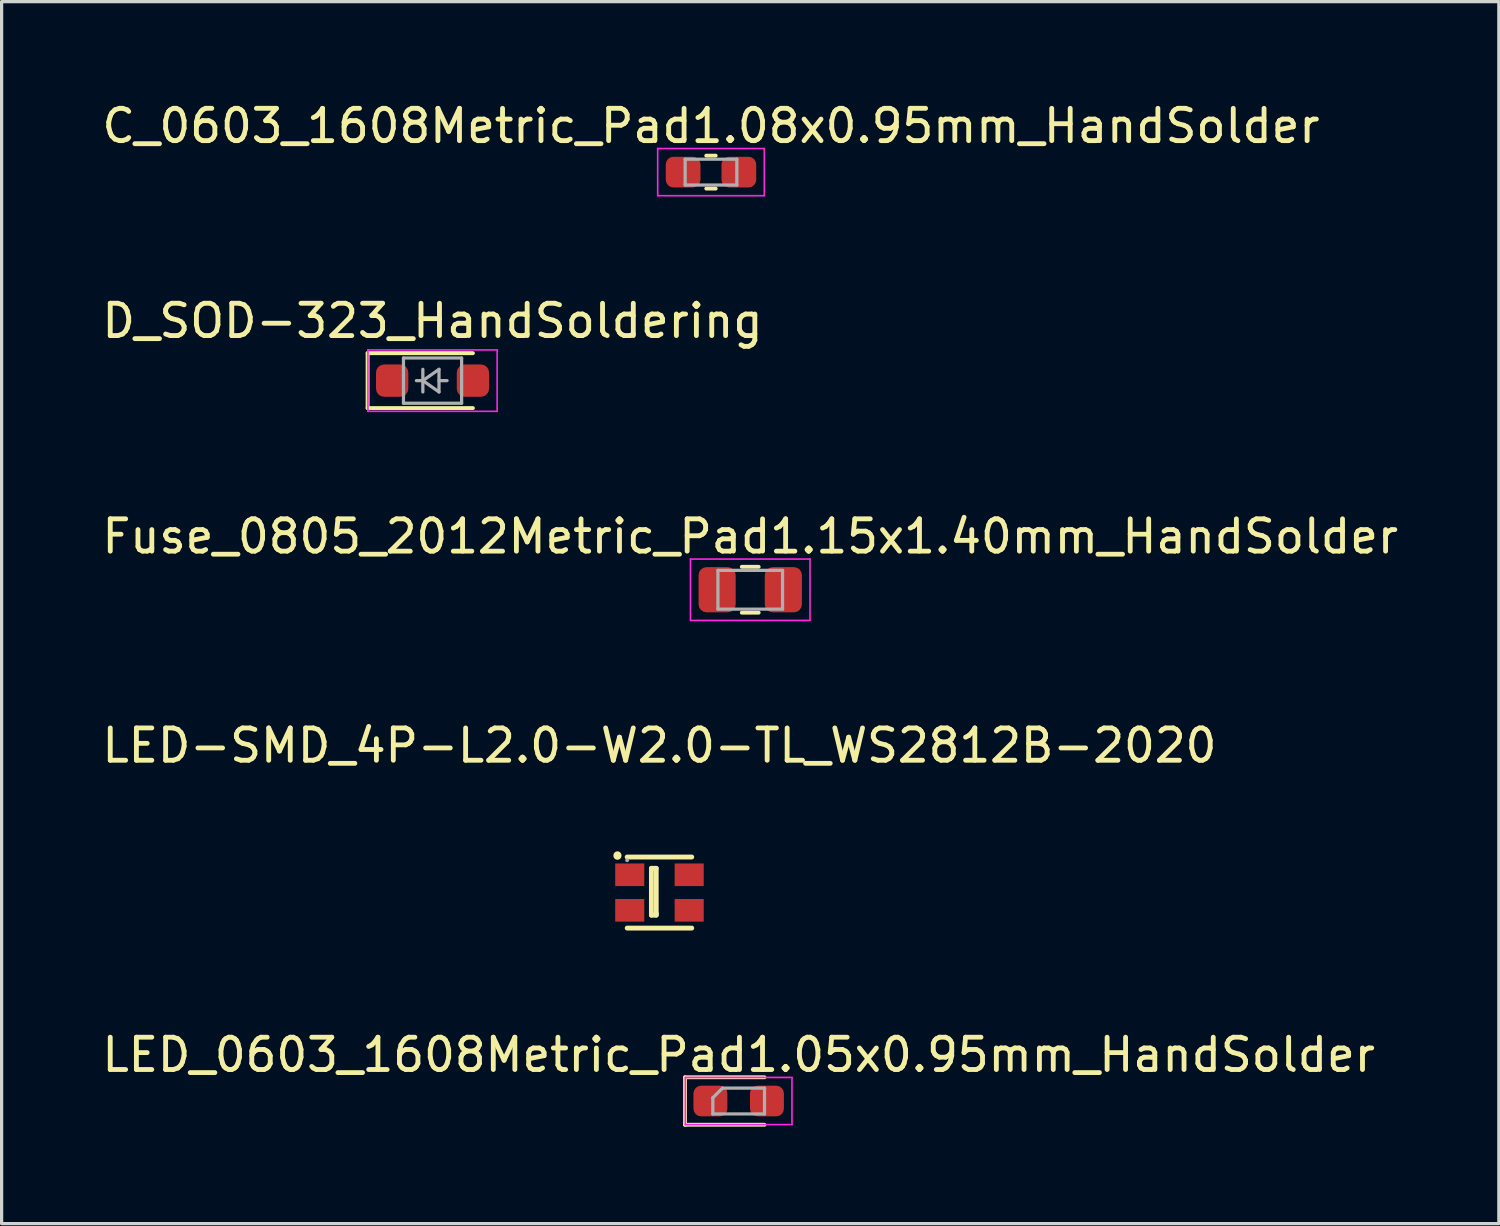
<source format=kicad_pcb>
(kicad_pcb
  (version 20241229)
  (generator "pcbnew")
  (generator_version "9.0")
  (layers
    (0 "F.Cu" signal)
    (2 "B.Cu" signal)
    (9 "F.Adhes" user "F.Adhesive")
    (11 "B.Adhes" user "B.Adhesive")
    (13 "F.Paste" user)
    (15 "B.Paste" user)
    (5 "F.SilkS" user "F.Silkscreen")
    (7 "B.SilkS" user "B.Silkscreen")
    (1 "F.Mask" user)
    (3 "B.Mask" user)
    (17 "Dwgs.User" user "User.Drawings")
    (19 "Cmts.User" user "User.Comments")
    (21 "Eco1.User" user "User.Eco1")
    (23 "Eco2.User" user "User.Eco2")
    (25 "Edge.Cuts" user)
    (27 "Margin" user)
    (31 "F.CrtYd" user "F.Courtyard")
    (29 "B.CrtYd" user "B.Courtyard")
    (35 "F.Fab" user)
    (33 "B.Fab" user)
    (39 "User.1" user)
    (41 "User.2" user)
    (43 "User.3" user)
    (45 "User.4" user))
  (footprint "LED_0603_1608Metric_Pad1.05x0.95mm_HandSolder"
    (layer "F.Cu")
    (at 19.815 31.031)
    (property "Reference" "LED_0603_1608Metric_Pad1.05x0.95mm_HandSolder" (at 0 -1.43 180) (layer "F.SilkS") (effects (font (size 1 1) (thickness 0.15))))
    (attr smd)
    (fp_line (start -1.66 -0.735) (end -1.66 0.735) (stroke (width 0.12) (type solid)) (layer "F.SilkS"))
    (fp_line (start -1.66 0.735) (end 0.8 0.735) (stroke (width 0.12) (type solid)) (layer "F.SilkS"))
    (fp_line (start 0.8 -0.735) (end -1.66 -0.735) (stroke (width 0.12) (type solid)) (layer "F.SilkS"))
    (fp_line (start -1.65 -0.73) (end 1.65 -0.73) (stroke (width 0.05) (type solid)) (layer "F.CrtYd"))
    (fp_line (start -1.65 0.73) (end -1.65 -0.73) (stroke (width 0.05) (type solid)) (layer "F.CrtYd"))
    (fp_line (start 1.65 -0.73) (end 1.65 0.73) (stroke (width 0.05) (type solid)) (layer "F.CrtYd"))
    (fp_line (start 1.65 0.73) (end -1.65 0.73) (stroke (width 0.05) (type solid)) (layer "F.CrtYd"))
    (fp_line (start -0.8 -0.1) (end -0.8 0.4) (stroke (width 0.1) (type solid)) (layer "F.Fab"))
    (fp_line (start -0.8 0.4) (end 0.8 0.4) (stroke (width 0.1) (type solid)) (layer "F.Fab"))
    (fp_line (start -0.5 -0.4) (end -0.8 -0.1) (stroke (width 0.1) (type solid)) (layer "F.Fab"))
    (fp_line (start 0.8 -0.4) (end -0.5 -0.4) (stroke (width 0.1) (type solid)) (layer "F.Fab"))
    (fp_line (start 0.8 0.4) (end 0.8 -0.4) (stroke (width 0.1) (type solid)) (layer "F.Fab"))
    (pad "1" smd roundrect (at -0.875 0) (size 1.05 0.95) (layers "F.Cu" "F.Mask" "F.Paste") (roundrect_rratio 0.25))
    (pad "2" smd roundrect (at 0.875 0) (size 1.05 0.95) (layers "F.Cu" "F.Mask" "F.Paste") (roundrect_rratio 0.25)))
  (footprint "Fuse_0805_2012Metric_Pad1.15x1.40mm_HandSolder"
    (layer "F.Cu")
    (at 20.173 15.205)
    (property "Reference" "Fuse_0805_2012Metric_Pad1.15x1.40mm_HandSolder" (at 0 -1.65 0) (layer "F.SilkS") (effects (font (size 1 1) (thickness 0.15))))
    (attr smd)
    (fp_line (start -0.261 -0.71) (end 0.261 -0.71) (stroke (width 0.12) (type solid)) (layer "F.SilkS"))
    (fp_line (start -0.261 0.71) (end 0.261 0.71) (stroke (width 0.12) (type solid)) (layer "F.SilkS"))
    (fp_line (start -1.85 -0.95) (end 1.85 -0.95) (stroke (width 0.05) (type solid)) (layer "F.CrtYd"))
    (fp_line (start -1.85 0.95) (end -1.85 -0.95) (stroke (width 0.05) (type solid)) (layer "F.CrtYd"))
    (fp_line (start 1.85 -0.95) (end 1.85 0.95) (stroke (width 0.05) (type solid)) (layer "F.CrtYd"))
    (fp_line (start 1.85 0.95) (end -1.85 0.95) (stroke (width 0.05) (type solid)) (layer "F.CrtYd"))
    (fp_line (start -1 -0.6) (end 1 -0.6) (stroke (width 0.1) (type solid)) (layer "F.Fab"))
    (fp_line (start -1 0.6) (end -1 -0.6) (stroke (width 0.1) (type solid)) (layer "F.Fab"))
    (fp_line (start 1 -0.6) (end 1 0.6) (stroke (width 0.1) (type solid)) (layer "F.Fab"))
    (fp_line (start 1 0.6) (end -1 0.6) (stroke (width 0.1) (type solid)) (layer "F.Fab"))
    (pad "1" smd roundrect (at -1.025 0) (size 1.15 1.4) (layers "F.Cu" "F.Mask" "F.Paste") (roundrect_rratio 0.217))
    (pad "2" smd roundrect (at 1.025 0) (size 1.15 1.4) (layers "F.Cu" "F.Mask" "F.Paste") (roundrect_rratio 0.217)))
  (footprint "C_0603_1608Metric_Pad1.08x0.95mm_HandSolder"
    (layer "F.Cu")
    (at 18.958 2.278)
    (property "Reference" "C_0603_1608Metric_Pad1.08x0.95mm_HandSolder" (at 0 -1.43 0) (layer "F.SilkS") (effects (font (size 1 1) (thickness 0.15))))
    (attr smd)
    (fp_line (start -0.146 -0.51) (end 0.146 -0.51) (stroke (width 0.12) (type solid)) (layer "F.SilkS"))
    (fp_line (start -0.146 0.51) (end 0.146 0.51) (stroke (width 0.12) (type solid)) (layer "F.SilkS"))
    (fp_line (start -1.65 -0.73) (end 1.65 -0.73) (stroke (width 0.05) (type solid)) (layer "F.CrtYd"))
    (fp_line (start -1.65 0.73) (end -1.65 -0.73) (stroke (width 0.05) (type solid)) (layer "F.CrtYd"))
    (fp_line (start 1.65 -0.73) (end 1.65 0.73) (stroke (width 0.05) (type solid)) (layer "F.CrtYd"))
    (fp_line (start 1.65 0.73) (end -1.65 0.73) (stroke (width 0.05) (type solid)) (layer "F.CrtYd"))
    (fp_line (start -0.8 -0.4) (end 0.8 -0.4) (stroke (width 0.1) (type solid)) (layer "F.Fab"))
    (fp_line (start -0.8 0.4) (end -0.8 -0.4) (stroke (width 0.1) (type solid)) (layer "F.Fab"))
    (fp_line (start 0.8 -0.4) (end 0.8 0.4) (stroke (width 0.1) (type solid)) (layer "F.Fab"))
    (fp_line (start 0.8 0.4) (end -0.8 0.4) (stroke (width 0.1) (type solid)) (layer "F.Fab"))
    (pad "1" smd roundrect (at -0.863 0) (size 1.075 0.95) (layers "F.Cu" "F.Mask" "F.Paste") (roundrect_rratio 0.25))
    (pad "2" smd roundrect (at 0.863 0) (size 1.075 0.95) (layers "F.Cu" "F.Mask" "F.Paste") (roundrect_rratio 0.25)))
  (footprint "D_SOD-323_HandSoldering"
    (layer "F.Cu")
    (at 10.339 8.732)
    (property "Reference" "D_SOD-323_HandSoldering" (at 0 -1.85 0) (layer "F.SilkS") (effects (font (size 1 1) (thickness 0.15))))
    (attr smd)
    (fp_line (start -2.01 -0.85) (end -2.01 0.85) (stroke (width 0.12) (type solid)) (layer "F.SilkS"))
    (fp_line (start -2.01 -0.85) (end 1.25 -0.85) (stroke (width 0.12) (type solid)) (layer "F.SilkS"))
    (fp_line (start -2.01 0.85) (end 1.25 0.85) (stroke (width 0.12) (type solid)) (layer "F.SilkS"))
    (fp_line (start -2 -0.95) (end -2 0.95) (stroke (width 0.05) (type solid)) (layer "F.CrtYd"))
    (fp_line (start -2 -0.95) (end 2 -0.95) (stroke (width 0.05) (type solid)) (layer "F.CrtYd"))
    (fp_line (start -2 0.95) (end 2 0.95) (stroke (width 0.05) (type solid)) (layer "F.CrtYd"))
    (fp_line (start 2 -0.95) (end 2 0.95) (stroke (width 0.05) (type solid)) (layer "F.CrtYd"))
    (fp_line (start -0.9 -0.7) (end 0.9 -0.7) (stroke (width 0.1) (type solid)) (layer "F.Fab"))
    (fp_line (start -0.9 0.7) (end -0.9 -0.7) (stroke (width 0.1) (type solid)) (layer "F.Fab"))
    (fp_line (start -0.3 -0.35) (end -0.3 0.35) (stroke (width 0.1) (type solid)) (layer "F.Fab"))
    (fp_line (start -0.3 0) (end -0.5 0) (stroke (width 0.1) (type solid)) (layer "F.Fab"))
    (fp_line (start -0.3 0) (end 0.2 -0.35) (stroke (width 0.1) (type solid)) (layer "F.Fab"))
    (fp_line (start 0.2 -0.35) (end 0.2 0.35) (stroke (width 0.1) (type solid)) (layer "F.Fab"))
    (fp_line (start 0.2 0) (end 0.45 0) (stroke (width 0.1) (type solid)) (layer "F.Fab"))
    (fp_line (start 0.2 0.35) (end -0.3 0) (stroke (width 0.1) (type solid)) (layer "F.Fab"))
    (fp_line (start 0.9 -0.7) (end 0.9 0.7) (stroke (width 0.1) (type solid)) (layer "F.Fab"))
    (fp_line (start 0.9 0.7) (end -0.9 0.7) (stroke (width 0.1) (type solid)) (layer "F.Fab"))
    (pad "1" smd roundrect (at -1.25 0) (size 1 1) (layers "F.Cu" "F.Mask" "F.Paste") (roundrect_rratio 0.25))
    (pad "2" smd roundrect (at 1.25 0) (size 1 1) (layers "F.Cu" "F.Mask" "F.Paste") (roundrect_rratio 0.25)))
  (footprint "LED-SMD_4P-L2.0-W2.0-TL_WS2812B-2020"
    (layer "F.Cu")
    (at 17.363 24.578)
    (property "Reference" "LED-SMD_4P-L2.0-W2.0-TL_WS2812B-2020" (at 0 -4.55 180) (layer "F.SilkS") (effects (font (size 1 1) (thickness 0.15))))
    (attr smd)
    (fp_line (start -1.3 -1.15) (end -1.3 -1.14) (stroke (width 0.25) (type solid)) (layer "F.SilkS"))
    (fp_line (start -1 1.1) (end 1 1.1) (stroke (width 0.15) (type solid)) (layer "F.SilkS"))
    (fp_line (start -0.25 -0.75) (end -0.25 0.7) (stroke (width 0.15) (type solid)) (layer "F.SilkS"))
    (fp_line (start -0.25 -0.75) (end -0.1 -0.75) (stroke (width 0.15) (type solid)) (layer "F.SilkS"))
    (fp_line (start -0.1 -0.75) (end -0.1 0.65) (stroke (width 0.15) (type solid)) (layer "F.SilkS"))
    (fp_line (start -0.1 0.65) (end -0.1 0.7) (stroke (width 0.15) (type solid)) (layer "F.SilkS"))
    (fp_line (start -0.1 0.7) (end -0.25 0.7) (stroke (width 0.15) (type solid)) (layer "F.SilkS"))
    (fp_line (start 1 -1.1) (end -1 -1.1) (stroke (width 0.15) (type solid)) (layer "F.SilkS"))
    (fp_circle (center -1 -1) (end -0.97 -1) (stroke (width 0.06) (type solid)) (fill no) (layer "F.Fab"))
    (pad "1" smd rect (at -0.92 -0.55) (size 0.9 0.7) (layers "F.Cu" "F.Mask" "F.Paste"))
    (pad "2" smd rect (at -0.92 0.55) (size 0.9 0.7) (layers "F.Cu" "F.Mask" "F.Paste"))
    (pad "3" smd rect (at 0.92 0.55) (size 0.9 0.7) (layers "F.Cu" "F.Mask" "F.Paste"))
    (pad "4" smd rect (at 0.92 -0.55) (size 0.9 0.7) (layers "F.Cu" "F.Mask" "F.Paste")))
  (gr_rect
    (start -3 -3)
    (end 43.345 34.826)
    (stroke (width 0.1) (type default))
    (fill no)
    (layer "Edge.Cuts")))
</source>
